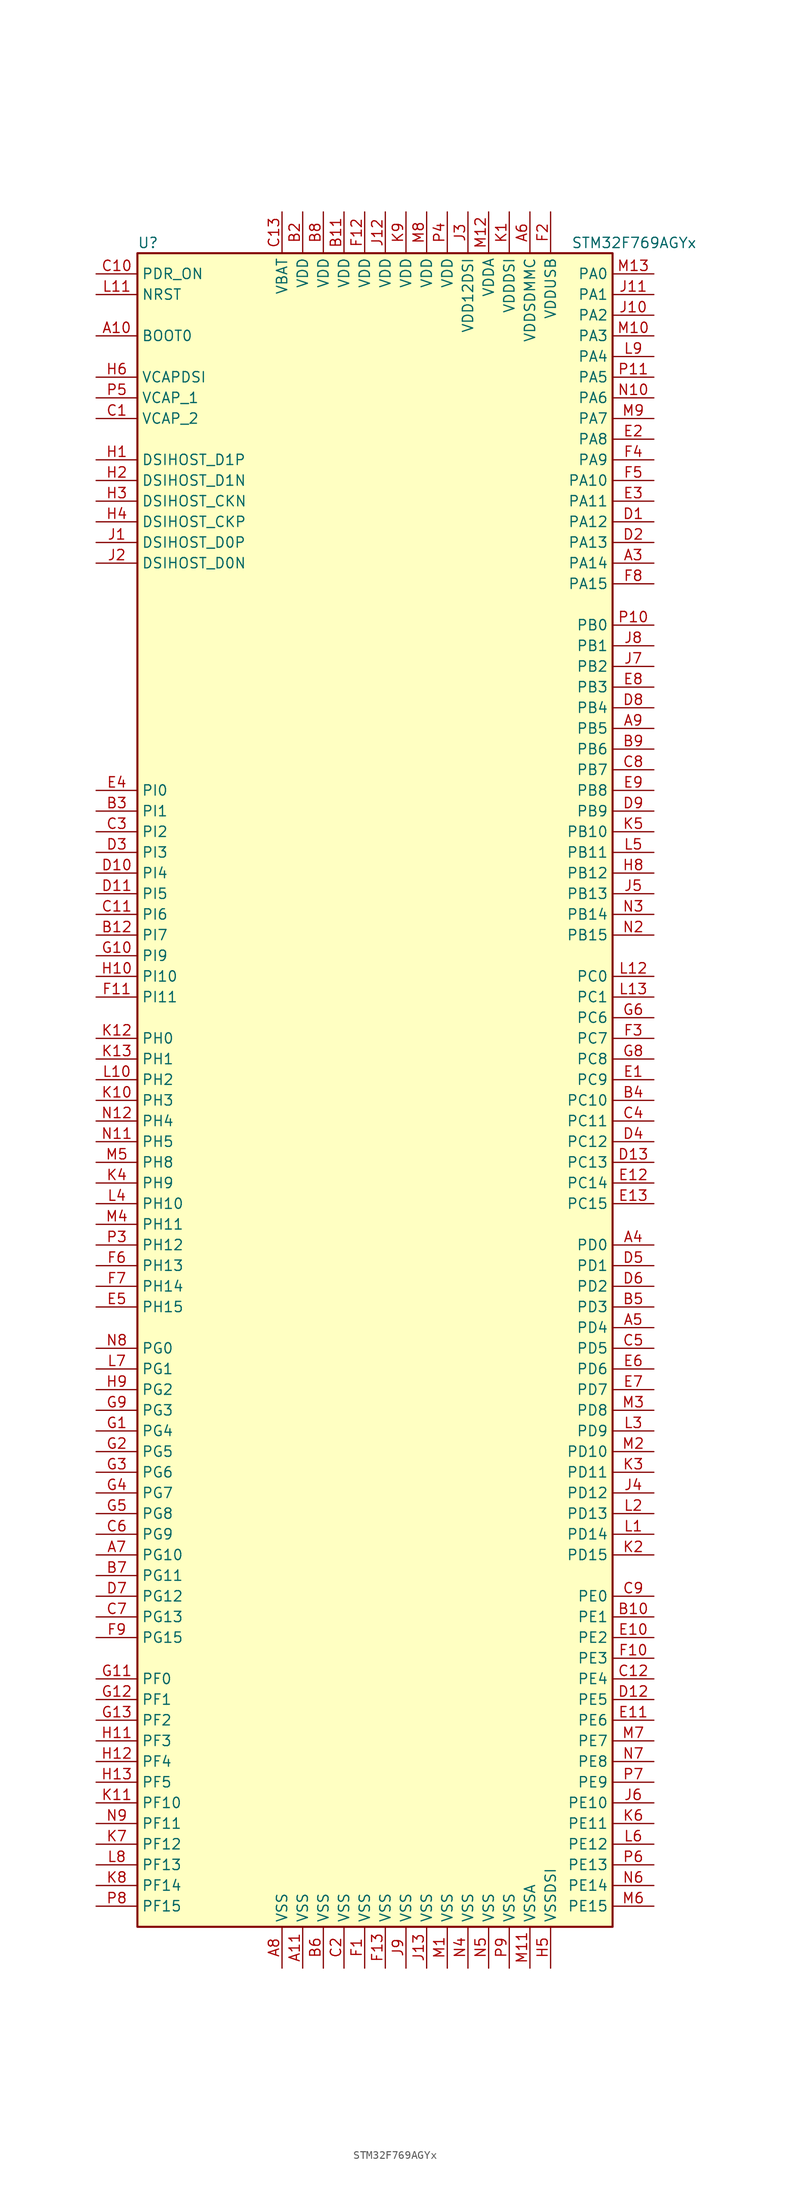
<source format=kicad_sym>
(kicad_symbol_lib
  (version 20220914)
  (generator kicad_symbol_editor)
  (symbol "STM32F769AGYx"
    (property "Reference" "U"
      (at -30.48 102.87 0)
      (effects (font (size 1.27 1.27)) (justify left)))
    (property "Value" "STM32F769AGYx"
      (at 22.86 102.87 0)
      (effects (font (size 1.27 1.27)) (justify left)))
    (symbol "STM32F769AGYx_0_1"
      (rectangle (start -30.48 -104.14) (end 27.94 101.6) (stroke (width 0.254) (type default)) (fill (type background))))
    (symbol "STM32F769AGYx_1_1"
      (pin no_connect line (at -30.48 -101.6 0) (length 5.08) hide (name "NC" (effects (font (size 1.27 1.27)))) (number "A1" (effects (font (size 1.27 1.27)))))
      (pin input line (at -35.56 91.44 0) (length 5.08) (name "BOOT0" (effects (font (size 1.27 1.27)))) (number "A10" (effects (font (size 1.27 1.27)))))
      (pin power_in line (at -10.16 -109.22 90) (length 5.08) (name "VSS" (effects (font (size 1.27 1.27)))) (number "A11" (effects (font (size 1.27 1.27)))))
      (pin no_connect line (at -30.48 -96.52 0) (length 5.08) hide (name "NC" (effects (font (size 1.27 1.27)))) (number "A12" (effects (font (size 1.27 1.27)))))
      (pin no_connect line (at -30.48 -93.98 0) (length 5.08) hide (name "NC" (effects (font (size 1.27 1.27)))) (number "A13" (effects (font (size 1.27 1.27)))))
      (pin no_connect line (at -30.48 -99.06 0) (length 5.08) hide (name "NC" (effects (font (size 1.27 1.27)))) (number "A2" (effects (font (size 1.27 1.27)))))
      (pin bidirectional line (at 33.02 63.5 180) (length 5.08) (name "PA14" (effects (font (size 1.27 1.27)))) (number "A3" (effects (font (size 1.27 1.27)))))
      (pin bidirectional line (at 33.02 -20.32 180) (length 5.08) (name "PD0" (effects (font (size 1.27 1.27)))) (number "A4" (effects (font (size 1.27 1.27)))))
      (pin bidirectional line (at 33.02 -30.48 180) (length 5.08) (name "PD4" (effects (font (size 1.27 1.27)))) (number "A5" (effects (font (size 1.27 1.27)))))
      (pin power_in line (at 17.78 106.68 270) (length 5.08) (name "VDDSDMMC" (effects (font (size 1.27 1.27)))) (number "A6" (effects (font (size 1.27 1.27)))))
      (pin bidirectional line (at -35.56 -58.42 0) (length 5.08) (name "PG10" (effects (font (size 1.27 1.27)))) (number "A7" (effects (font (size 1.27 1.27)))))
      (pin power_in line (at -12.7 -109.22 90) (length 5.08) (name "VSS" (effects (font (size 1.27 1.27)))) (number "A8" (effects (font (size 1.27 1.27)))))
      (pin bidirectional line (at 33.02 43.18 180) (length 5.08) (name "PB5" (effects (font (size 1.27 1.27)))) (number "A9" (effects (font (size 1.27 1.27)))))
      (pin no_connect line (at -30.48 -91.44 0) (length 5.08) hide (name "NC" (effects (font (size 1.27 1.27)))) (number "B1" (effects (font (size 1.27 1.27)))))
      (pin bidirectional line (at 33.02 -66.04 180) (length 5.08) (name "PE1" (effects (font (size 1.27 1.27)))) (number "B10" (effects (font (size 1.27 1.27)))))
      (pin power_in line (at -5.08 106.68 270) (length 5.08) (name "VDD" (effects (font (size 1.27 1.27)))) (number "B11" (effects (font (size 1.27 1.27)))))
      (pin bidirectional line (at -35.56 17.78 0) (length 5.08) (name "PI7" (effects (font (size 1.27 1.27)))) (number "B12" (effects (font (size 1.27 1.27)))))
      (pin no_connect line (at -30.48 -88.9 0) (length 5.08) hide (name "NC" (effects (font (size 1.27 1.27)))) (number "B13" (effects (font (size 1.27 1.27)))))
      (pin power_in line (at -10.16 106.68 270) (length 5.08) (name "VDD" (effects (font (size 1.27 1.27)))) (number "B2" (effects (font (size 1.27 1.27)))))
      (pin bidirectional line (at -35.56 33.02 0) (length 5.08) (name "PI1" (effects (font (size 1.27 1.27)))) (number "B3" (effects (font (size 1.27 1.27)))))
      (pin bidirectional line (at 33.02 -2.54 180) (length 5.08) (name "PC10" (effects (font (size 1.27 1.27)))) (number "B4" (effects (font (size 1.27 1.27)))))
      (pin bidirectional line (at 33.02 -27.94 180) (length 5.08) (name "PD3" (effects (font (size 1.27 1.27)))) (number "B5" (effects (font (size 1.27 1.27)))))
      (pin power_in line (at -7.62 -109.22 90) (length 5.08) (name "VSS" (effects (font (size 1.27 1.27)))) (number "B6" (effects (font (size 1.27 1.27)))))
      (pin bidirectional line (at -35.56 -60.96 0) (length 5.08) (name "PG11" (effects (font (size 1.27 1.27)))) (number "B7" (effects (font (size 1.27 1.27)))))
      (pin power_in line (at -7.62 106.68 270) (length 5.08) (name "VDD" (effects (font (size 1.27 1.27)))) (number "B8" (effects (font (size 1.27 1.27)))))
      (pin bidirectional line (at 33.02 40.64 180) (length 5.08) (name "PB6" (effects (font (size 1.27 1.27)))) (number "B9" (effects (font (size 1.27 1.27)))))
      (pin power_in line (at -35.56 81.28 0) (length 5.08) (name "VCAP_2" (effects (font (size 1.27 1.27)))) (number "C1" (effects (font (size 1.27 1.27)))))
      (pin input line (at -35.56 99.06 0) (length 5.08) (name "PDR_ON" (effects (font (size 1.27 1.27)))) (number "C10" (effects (font (size 1.27 1.27)))))
      (pin bidirectional line (at -35.56 20.32 0) (length 5.08) (name "PI6" (effects (font (size 1.27 1.27)))) (number "C11" (effects (font (size 1.27 1.27)))))
      (pin bidirectional line (at 33.02 -73.66 180) (length 5.08) (name "PE4" (effects (font (size 1.27 1.27)))) (number "C12" (effects (font (size 1.27 1.27)))))
      (pin power_in line (at -12.7 106.68 270) (length 5.08) (name "VBAT" (effects (font (size 1.27 1.27)))) (number "C13" (effects (font (size 1.27 1.27)))))
      (pin power_in line (at -5.08 -109.22 90) (length 5.08) (name "VSS" (effects (font (size 1.27 1.27)))) (number "C2" (effects (font (size 1.27 1.27)))))
      (pin bidirectional line (at -35.56 30.48 0) (length 5.08) (name "PI2" (effects (font (size 1.27 1.27)))) (number "C3" (effects (font (size 1.27 1.27)))))
      (pin bidirectional line (at 33.02 -5.08 180) (length 5.08) (name "PC11" (effects (font (size 1.27 1.27)))) (number "C4" (effects (font (size 1.27 1.27)))))
      (pin bidirectional line (at 33.02 -33.02 180) (length 5.08) (name "PD5" (effects (font (size 1.27 1.27)))) (number "C5" (effects (font (size 1.27 1.27)))))
      (pin bidirectional line (at -35.56 -55.88 0) (length 5.08) (name "PG9" (effects (font (size 1.27 1.27)))) (number "C6" (effects (font (size 1.27 1.27)))))
      (pin bidirectional line (at -35.56 -66.04 0) (length 5.08) (name "PG13" (effects (font (size 1.27 1.27)))) (number "C7" (effects (font (size 1.27 1.27)))))
      (pin bidirectional line (at 33.02 38.1 180) (length 5.08) (name "PB7" (effects (font (size 1.27 1.27)))) (number "C8" (effects (font (size 1.27 1.27)))))
      (pin bidirectional line (at 33.02 -63.5 180) (length 5.08) (name "PE0" (effects (font (size 1.27 1.27)))) (number "C9" (effects (font (size 1.27 1.27)))))
      (pin bidirectional line (at 33.02 68.58 180) (length 5.08) (name "PA12" (effects (font (size 1.27 1.27)))) (number "D1" (effects (font (size 1.27 1.27)))))
      (pin bidirectional line (at -35.56 25.4 0) (length 5.08) (name "PI4" (effects (font (size 1.27 1.27)))) (number "D10" (effects (font (size 1.27 1.27)))))
      (pin bidirectional line (at -35.56 22.86 0) (length 5.08) (name "PI5" (effects (font (size 1.27 1.27)))) (number "D11" (effects (font (size 1.27 1.27)))))
      (pin bidirectional line (at 33.02 -76.2 180) (length 5.08) (name "PE5" (effects (font (size 1.27 1.27)))) (number "D12" (effects (font (size 1.27 1.27)))))
      (pin bidirectional line (at 33.02 -10.16 180) (length 5.08) (name "PC13" (effects (font (size 1.27 1.27)))) (number "D13" (effects (font (size 1.27 1.27)))))
      (pin bidirectional line (at 33.02 66.04 180) (length 5.08) (name "PA13" (effects (font (size 1.27 1.27)))) (number "D2" (effects (font (size 1.27 1.27)))))
      (pin bidirectional line (at -35.56 27.94 0) (length 5.08) (name "PI3" (effects (font (size 1.27 1.27)))) (number "D3" (effects (font (size 1.27 1.27)))))
      (pin bidirectional line (at 33.02 -7.62 180) (length 5.08) (name "PC12" (effects (font (size 1.27 1.27)))) (number "D4" (effects (font (size 1.27 1.27)))))
      (pin bidirectional line (at 33.02 -22.86 180) (length 5.08) (name "PD1" (effects (font (size 1.27 1.27)))) (number "D5" (effects (font (size 1.27 1.27)))))
      (pin bidirectional line (at 33.02 -25.4 180) (length 5.08) (name "PD2" (effects (font (size 1.27 1.27)))) (number "D6" (effects (font (size 1.27 1.27)))))
      (pin bidirectional line (at -35.56 -63.5 0) (length 5.08) (name "PG12" (effects (font (size 1.27 1.27)))) (number "D7" (effects (font (size 1.27 1.27)))))
      (pin bidirectional line (at 33.02 45.72 180) (length 5.08) (name "PB4" (effects (font (size 1.27 1.27)))) (number "D8" (effects (font (size 1.27 1.27)))))
      (pin bidirectional line (at 33.02 33.02 180) (length 5.08) (name "PB9" (effects (font (size 1.27 1.27)))) (number "D9" (effects (font (size 1.27 1.27)))))
      (pin bidirectional line (at 33.02 0 180) (length 5.08) (name "PC9" (effects (font (size 1.27 1.27)))) (number "E1" (effects (font (size 1.27 1.27)))))
      (pin bidirectional line (at 33.02 -68.58 180) (length 5.08) (name "PE2" (effects (font (size 1.27 1.27)))) (number "E10" (effects (font (size 1.27 1.27)))))
      (pin bidirectional line (at 33.02 -78.74 180) (length 5.08) (name "PE6" (effects (font (size 1.27 1.27)))) (number "E11" (effects (font (size 1.27 1.27)))))
      (pin bidirectional line (at 33.02 -12.7 180) (length 5.08) (name "PC14" (effects (font (size 1.27 1.27)))) (number "E12" (effects (font (size 1.27 1.27)))))
      (pin bidirectional line (at 33.02 -15.24 180) (length 5.08) (name "PC15" (effects (font (size 1.27 1.27)))) (number "E13" (effects (font (size 1.27 1.27)))))
      (pin bidirectional line (at 33.02 78.74 180) (length 5.08) (name "PA8" (effects (font (size 1.27 1.27)))) (number "E2" (effects (font (size 1.27 1.27)))))
      (pin bidirectional line (at 33.02 71.12 180) (length 5.08) (name "PA11" (effects (font (size 1.27 1.27)))) (number "E3" (effects (font (size 1.27 1.27)))))
      (pin bidirectional line (at -35.56 35.56 0) (length 5.08) (name "PI0" (effects (font (size 1.27 1.27)))) (number "E4" (effects (font (size 1.27 1.27)))))
      (pin bidirectional line (at -35.56 -27.94 0) (length 5.08) (name "PH15" (effects (font (size 1.27 1.27)))) (number "E5" (effects (font (size 1.27 1.27)))))
      (pin bidirectional line (at 33.02 -35.56 180) (length 5.08) (name "PD6" (effects (font (size 1.27 1.27)))) (number "E6" (effects (font (size 1.27 1.27)))))
      (pin bidirectional line (at 33.02 -38.1 180) (length 5.08) (name "PD7" (effects (font (size 1.27 1.27)))) (number "E7" (effects (font (size 1.27 1.27)))))
      (pin bidirectional line (at 33.02 48.26 180) (length 5.08) (name "PB3" (effects (font (size 1.27 1.27)))) (number "E8" (effects (font (size 1.27 1.27)))))
      (pin bidirectional line (at 33.02 35.56 180) (length 5.08) (name "PB8" (effects (font (size 1.27 1.27)))) (number "E9" (effects (font (size 1.27 1.27)))))
      (pin power_in line (at -2.54 -109.22 90) (length 5.08) (name "VSS" (effects (font (size 1.27 1.27)))) (number "F1" (effects (font (size 1.27 1.27)))))
      (pin bidirectional line (at 33.02 -71.12 180) (length 5.08) (name "PE3" (effects (font (size 1.27 1.27)))) (number "F10" (effects (font (size 1.27 1.27)))))
      (pin bidirectional line (at -35.56 10.16 0) (length 5.08) (name "PI11" (effects (font (size 1.27 1.27)))) (number "F11" (effects (font (size 1.27 1.27)))))
      (pin power_in line (at -2.54 106.68 270) (length 5.08) (name "VDD" (effects (font (size 1.27 1.27)))) (number "F12" (effects (font (size 1.27 1.27)))))
      (pin power_in line (at 0 -109.22 90) (length 5.08) (name "VSS" (effects (font (size 1.27 1.27)))) (number "F13" (effects (font (size 1.27 1.27)))))
      (pin power_in line (at 20.32 106.68 270) (length 5.08) (name "VDDUSB" (effects (font (size 1.27 1.27)))) (number "F2" (effects (font (size 1.27 1.27)))))
      (pin bidirectional line (at 33.02 5.08 180) (length 5.08) (name "PC7" (effects (font (size 1.27 1.27)))) (number "F3" (effects (font (size 1.27 1.27)))))
      (pin bidirectional line (at 33.02 76.2 180) (length 5.08) (name "PA9" (effects (font (size 1.27 1.27)))) (number "F4" (effects (font (size 1.27 1.27)))))
      (pin bidirectional line (at 33.02 73.66 180) (length 5.08) (name "PA10" (effects (font (size 1.27 1.27)))) (number "F5" (effects (font (size 1.27 1.27)))))
      (pin bidirectional line (at -35.56 -22.86 0) (length 5.08) (name "PH13" (effects (font (size 1.27 1.27)))) (number "F6" (effects (font (size 1.27 1.27)))))
      (pin bidirectional line (at -35.56 -25.4 0) (length 5.08) (name "PH14" (effects (font (size 1.27 1.27)))) (number "F7" (effects (font (size 1.27 1.27)))))
      (pin bidirectional line (at 33.02 60.96 180) (length 5.08) (name "PA15" (effects (font (size 1.27 1.27)))) (number "F8" (effects (font (size 1.27 1.27)))))
      (pin bidirectional line (at -35.56 -68.58 0) (length 5.08) (name "PG15" (effects (font (size 1.27 1.27)))) (number "F9" (effects (font (size 1.27 1.27)))))
      (pin bidirectional line (at -35.56 -43.18 0) (length 5.08) (name "PG4" (effects (font (size 1.27 1.27)))) (number "G1" (effects (font (size 1.27 1.27)))))
      (pin bidirectional line (at -35.56 15.24 0) (length 5.08) (name "PI9" (effects (font (size 1.27 1.27)))) (number "G10" (effects (font (size 1.27 1.27)))))
      (pin bidirectional line (at -35.56 -73.66 0) (length 5.08) (name "PF0" (effects (font (size 1.27 1.27)))) (number "G11" (effects (font (size 1.27 1.27)))))
      (pin bidirectional line (at -35.56 -76.2 0) (length 5.08) (name "PF1" (effects (font (size 1.27 1.27)))) (number "G12" (effects (font (size 1.27 1.27)))))
      (pin bidirectional line (at -35.56 -78.74 0) (length 5.08) (name "PF2" (effects (font (size 1.27 1.27)))) (number "G13" (effects (font (size 1.27 1.27)))))
      (pin bidirectional line (at -35.56 -45.72 0) (length 5.08) (name "PG5" (effects (font (size 1.27 1.27)))) (number "G2" (effects (font (size 1.27 1.27)))))
      (pin bidirectional line (at -35.56 -48.26 0) (length 5.08) (name "PG6" (effects (font (size 1.27 1.27)))) (number "G3" (effects (font (size 1.27 1.27)))))
      (pin bidirectional line (at -35.56 -50.8 0) (length 5.08) (name "PG7" (effects (font (size 1.27 1.27)))) (number "G4" (effects (font (size 1.27 1.27)))))
      (pin bidirectional line (at -35.56 -53.34 0) (length 5.08) (name "PG8" (effects (font (size 1.27 1.27)))) (number "G5" (effects (font (size 1.27 1.27)))))
      (pin bidirectional line (at 33.02 7.62 180) (length 5.08) (name "PC6" (effects (font (size 1.27 1.27)))) (number "G6" (effects (font (size 1.27 1.27)))))
      (pin bidirectional line (at 33.02 2.54 180) (length 5.08) (name "PC8" (effects (font (size 1.27 1.27)))) (number "G8" (effects (font (size 1.27 1.27)))))
      (pin bidirectional line (at -35.56 -40.64 0) (length 5.08) (name "PG3" (effects (font (size 1.27 1.27)))) (number "G9" (effects (font (size 1.27 1.27)))))
      (pin bidirectional line (at -35.56 76.2 0) (length 5.08) (name "DSIHOST_D1P" (effects (font (size 1.27 1.27)))) (number "H1" (effects (font (size 1.27 1.27)))))
      (pin bidirectional line (at -35.56 12.7 0) (length 5.08) (name "PI10" (effects (font (size 1.27 1.27)))) (number "H10" (effects (font (size 1.27 1.27)))))
      (pin bidirectional line (at -35.56 -81.28 0) (length 5.08) (name "PF3" (effects (font (size 1.27 1.27)))) (number "H11" (effects (font (size 1.27 1.27)))))
      (pin bidirectional line (at -35.56 -83.82 0) (length 5.08) (name "PF4" (effects (font (size 1.27 1.27)))) (number "H12" (effects (font (size 1.27 1.27)))))
      (pin bidirectional line (at -35.56 -86.36 0) (length 5.08) (name "PF5" (effects (font (size 1.27 1.27)))) (number "H13" (effects (font (size 1.27 1.27)))))
      (pin bidirectional line (at -35.56 73.66 0) (length 5.08) (name "DSIHOST_D1N" (effects (font (size 1.27 1.27)))) (number "H2" (effects (font (size 1.27 1.27)))))
      (pin bidirectional line (at -35.56 71.12 0) (length 5.08) (name "DSIHOST_CKN" (effects (font (size 1.27 1.27)))) (number "H3" (effects (font (size 1.27 1.27)))))
      (pin bidirectional line (at -35.56 68.58 0) (length 5.08) (name "DSIHOST_CKP" (effects (font (size 1.27 1.27)))) (number "H4" (effects (font (size 1.27 1.27)))))
      (pin power_in line (at 20.32 -109.22 90) (length 5.08) (name "VSSDSI" (effects (font (size 1.27 1.27)))) (number "H5" (effects (font (size 1.27 1.27)))))
      (pin power_in line (at -35.56 86.36 0) (length 5.08) (name "VCAPDSI" (effects (font (size 1.27 1.27)))) (number "H6" (effects (font (size 1.27 1.27)))))
      (pin bidirectional line (at 33.02 25.4 180) (length 5.08) (name "PB12" (effects (font (size 1.27 1.27)))) (number "H8" (effects (font (size 1.27 1.27)))))
      (pin bidirectional line (at -35.56 -38.1 0) (length 5.08) (name "PG2" (effects (font (size 1.27 1.27)))) (number "H9" (effects (font (size 1.27 1.27)))))
      (pin bidirectional line (at -35.56 66.04 0) (length 5.08) (name "DSIHOST_D0P" (effects (font (size 1.27 1.27)))) (number "J1" (effects (font (size 1.27 1.27)))))
      (pin bidirectional line (at 33.02 93.98 180) (length 5.08) (name "PA2" (effects (font (size 1.27 1.27)))) (number "J10" (effects (font (size 1.27 1.27)))))
      (pin bidirectional line (at 33.02 96.52 180) (length 5.08) (name "PA1" (effects (font (size 1.27 1.27)))) (number "J11" (effects (font (size 1.27 1.27)))))
      (pin power_in line (at 0 106.68 270) (length 5.08) (name "VDD" (effects (font (size 1.27 1.27)))) (number "J12" (effects (font (size 1.27 1.27)))))
      (pin power_in line (at 5.08 -109.22 90) (length 5.08) (name "VSS" (effects (font (size 1.27 1.27)))) (number "J13" (effects (font (size 1.27 1.27)))))
      (pin bidirectional line (at -35.56 63.5 0) (length 5.08) (name "DSIHOST_D0N" (effects (font (size 1.27 1.27)))) (number "J2" (effects (font (size 1.27 1.27)))))
      (pin power_in line (at 10.16 106.68 270) (length 5.08) (name "VDD12DSI" (effects (font (size 1.27 1.27)))) (number "J3" (effects (font (size 1.27 1.27)))))
      (pin bidirectional line (at 33.02 -50.8 180) (length 5.08) (name "PD12" (effects (font (size 1.27 1.27)))) (number "J4" (effects (font (size 1.27 1.27)))))
      (pin bidirectional line (at 33.02 22.86 180) (length 5.08) (name "PB13" (effects (font (size 1.27 1.27)))) (number "J5" (effects (font (size 1.27 1.27)))))
      (pin bidirectional line (at 33.02 -88.9 180) (length 5.08) (name "PE10" (effects (font (size 1.27 1.27)))) (number "J6" (effects (font (size 1.27 1.27)))))
      (pin bidirectional line (at 33.02 50.8 180) (length 5.08) (name "PB2" (effects (font (size 1.27 1.27)))) (number "J7" (effects (font (size 1.27 1.27)))))
      (pin bidirectional line (at 33.02 53.34 180) (length 5.08) (name "PB1" (effects (font (size 1.27 1.27)))) (number "J8" (effects (font (size 1.27 1.27)))))
      (pin power_in line (at 2.54 -109.22 90) (length 5.08) (name "VSS" (effects (font (size 1.27 1.27)))) (number "J9" (effects (font (size 1.27 1.27)))))
      (pin power_in line (at 15.24 106.68 270) (length 5.08) (name "VDDDSI" (effects (font (size 1.27 1.27)))) (number "K1" (effects (font (size 1.27 1.27)))))
      (pin bidirectional line (at -35.56 -2.54 0) (length 5.08) (name "PH3" (effects (font (size 1.27 1.27)))) (number "K10" (effects (font (size 1.27 1.27)))))
      (pin bidirectional line (at -35.56 -88.9 0) (length 5.08) (name "PF10" (effects (font (size 1.27 1.27)))) (number "K11" (effects (font (size 1.27 1.27)))))
      (pin input line (at -35.56 5.08 0) (length 5.08) (name "PH0" (effects (font (size 1.27 1.27)))) (number "K12" (effects (font (size 1.27 1.27)))))
      (pin input line (at -35.56 2.54 0) (length 5.08) (name "PH1" (effects (font (size 1.27 1.27)))) (number "K13" (effects (font (size 1.27 1.27)))))
      (pin bidirectional line (at 33.02 -58.42 180) (length 5.08) (name "PD15" (effects (font (size 1.27 1.27)))) (number "K2" (effects (font (size 1.27 1.27)))))
      (pin bidirectional line (at 33.02 -48.26 180) (length 5.08) (name "PD11" (effects (font (size 1.27 1.27)))) (number "K3" (effects (font (size 1.27 1.27)))))
      (pin bidirectional line (at -35.56 -12.7 0) (length 5.08) (name "PH9" (effects (font (size 1.27 1.27)))) (number "K4" (effects (font (size 1.27 1.27)))))
      (pin bidirectional line (at 33.02 30.48 180) (length 5.08) (name "PB10" (effects (font (size 1.27 1.27)))) (number "K5" (effects (font (size 1.27 1.27)))))
      (pin bidirectional line (at 33.02 -91.44 180) (length 5.08) (name "PE11" (effects (font (size 1.27 1.27)))) (number "K6" (effects (font (size 1.27 1.27)))))
      (pin bidirectional line (at -35.56 -93.98 0) (length 5.08) (name "PF12" (effects (font (size 1.27 1.27)))) (number "K7" (effects (font (size 1.27 1.27)))))
      (pin bidirectional line (at -35.56 -99.06 0) (length 5.08) (name "PF14" (effects (font (size 1.27 1.27)))) (number "K8" (effects (font (size 1.27 1.27)))))
      (pin power_in line (at 2.54 106.68 270) (length 5.08) (name "VDD" (effects (font (size 1.27 1.27)))) (number "K9" (effects (font (size 1.27 1.27)))))
      (pin bidirectional line (at 33.02 -55.88 180) (length 5.08) (name "PD14" (effects (font (size 1.27 1.27)))) (number "L1" (effects (font (size 1.27 1.27)))))
      (pin bidirectional line (at -35.56 0 0) (length 5.08) (name "PH2" (effects (font (size 1.27 1.27)))) (number "L10" (effects (font (size 1.27 1.27)))))
      (pin input line (at -35.56 96.52 0) (length 5.08) (name "NRST" (effects (font (size 1.27 1.27)))) (number "L11" (effects (font (size 1.27 1.27)))))
      (pin bidirectional line (at 33.02 12.7 180) (length 5.08) (name "PC0" (effects (font (size 1.27 1.27)))) (number "L12" (effects (font (size 1.27 1.27)))))
      (pin bidirectional line (at 33.02 10.16 180) (length 5.08) (name "PC1" (effects (font (size 1.27 1.27)))) (number "L13" (effects (font (size 1.27 1.27)))))
      (pin bidirectional line (at 33.02 -53.34 180) (length 5.08) (name "PD13" (effects (font (size 1.27 1.27)))) (number "L2" (effects (font (size 1.27 1.27)))))
      (pin bidirectional line (at 33.02 -43.18 180) (length 5.08) (name "PD9" (effects (font (size 1.27 1.27)))) (number "L3" (effects (font (size 1.27 1.27)))))
      (pin bidirectional line (at -35.56 -15.24 0) (length 5.08) (name "PH10" (effects (font (size 1.27 1.27)))) (number "L4" (effects (font (size 1.27 1.27)))))
      (pin bidirectional line (at 33.02 27.94 180) (length 5.08) (name "PB11" (effects (font (size 1.27 1.27)))) (number "L5" (effects (font (size 1.27 1.27)))))
      (pin bidirectional line (at 33.02 -93.98 180) (length 5.08) (name "PE12" (effects (font (size 1.27 1.27)))) (number "L6" (effects (font (size 1.27 1.27)))))
      (pin bidirectional line (at -35.56 -35.56 0) (length 5.08) (name "PG1" (effects (font (size 1.27 1.27)))) (number "L7" (effects (font (size 1.27 1.27)))))
      (pin bidirectional line (at -35.56 -96.52 0) (length 5.08) (name "PF13" (effects (font (size 1.27 1.27)))) (number "L8" (effects (font (size 1.27 1.27)))))
      (pin bidirectional line (at 33.02 88.9 180) (length 5.08) (name "PA4" (effects (font (size 1.27 1.27)))) (number "L9" (effects (font (size 1.27 1.27)))))
      (pin power_in line (at 7.62 -109.22 90) (length 5.08) (name "VSS" (effects (font (size 1.27 1.27)))) (number "M1" (effects (font (size 1.27 1.27)))))
      (pin bidirectional line (at 33.02 91.44 180) (length 5.08) (name "PA3" (effects (font (size 1.27 1.27)))) (number "M10" (effects (font (size 1.27 1.27)))))
      (pin power_in line (at 17.78 -109.22 90) (length 5.08) (name "VSSA" (effects (font (size 1.27 1.27)))) (number "M11" (effects (font (size 1.27 1.27)))))
      (pin power_in line (at 12.7 106.68 270) (length 5.08) (name "VDDA" (effects (font (size 1.27 1.27)))) (number "M12" (effects (font (size 1.27 1.27)))))
      (pin bidirectional line (at 33.02 99.06 180) (length 5.08) (name "PA0" (effects (font (size 1.27 1.27)))) (number "M13" (effects (font (size 1.27 1.27)))))
      (pin bidirectional line (at 33.02 -45.72 180) (length 5.08) (name "PD10" (effects (font (size 1.27 1.27)))) (number "M2" (effects (font (size 1.27 1.27)))))
      (pin bidirectional line (at 33.02 -40.64 180) (length 5.08) (name "PD8" (effects (font (size 1.27 1.27)))) (number "M3" (effects (font (size 1.27 1.27)))))
      (pin bidirectional line (at -35.56 -17.78 0) (length 5.08) (name "PH11" (effects (font (size 1.27 1.27)))) (number "M4" (effects (font (size 1.27 1.27)))))
      (pin bidirectional line (at -35.56 -10.16 0) (length 5.08) (name "PH8" (effects (font (size 1.27 1.27)))) (number "M5" (effects (font (size 1.27 1.27)))))
      (pin bidirectional line (at 33.02 -101.6 180) (length 5.08) (name "PE15" (effects (font (size 1.27 1.27)))) (number "M6" (effects (font (size 1.27 1.27)))))
      (pin bidirectional line (at 33.02 -81.28 180) (length 5.08) (name "PE7" (effects (font (size 1.27 1.27)))) (number "M7" (effects (font (size 1.27 1.27)))))
      (pin power_in line (at 5.08 106.68 270) (length 5.08) (name "VDD" (effects (font (size 1.27 1.27)))) (number "M8" (effects (font (size 1.27 1.27)))))
      (pin bidirectional line (at 33.02 81.28 180) (length 5.08) (name "PA7" (effects (font (size 1.27 1.27)))) (number "M9" (effects (font (size 1.27 1.27)))))
      (pin no_connect line (at -30.48 -86.36 0) (length 5.08) hide (name "NC" (effects (font (size 1.27 1.27)))) (number "N1" (effects (font (size 1.27 1.27)))))
      (pin bidirectional line (at 33.02 83.82 180) (length 5.08) (name "PA6" (effects (font (size 1.27 1.27)))) (number "N10" (effects (font (size 1.27 1.27)))))
      (pin bidirectional line (at -35.56 -7.62 0) (length 5.08) (name "PH5" (effects (font (size 1.27 1.27)))) (number "N11" (effects (font (size 1.27 1.27)))))
      (pin bidirectional line (at -35.56 -5.08 0) (length 5.08) (name "PH4" (effects (font (size 1.27 1.27)))) (number "N12" (effects (font (size 1.27 1.27)))))
      (pin no_connect line (at -30.48 -83.82 0) (length 5.08) hide (name "NC" (effects (font (size 1.27 1.27)))) (number "N13" (effects (font (size 1.27 1.27)))))
      (pin bidirectional line (at 33.02 17.78 180) (length 5.08) (name "PB15" (effects (font (size 1.27 1.27)))) (number "N2" (effects (font (size 1.27 1.27)))))
      (pin bidirectional line (at 33.02 20.32 180) (length 5.08) (name "PB14" (effects (font (size 1.27 1.27)))) (number "N3" (effects (font (size 1.27 1.27)))))
      (pin power_in line (at 10.16 -109.22 90) (length 5.08) (name "VSS" (effects (font (size 1.27 1.27)))) (number "N4" (effects (font (size 1.27 1.27)))))
      (pin power_in line (at 12.7 -109.22 90) (length 5.08) (name "VSS" (effects (font (size 1.27 1.27)))) (number "N5" (effects (font (size 1.27 1.27)))))
      (pin bidirectional line (at 33.02 -99.06 180) (length 5.08) (name "PE14" (effects (font (size 1.27 1.27)))) (number "N6" (effects (font (size 1.27 1.27)))))
      (pin bidirectional line (at 33.02 -83.82 180) (length 5.08) (name "PE8" (effects (font (size 1.27 1.27)))) (number "N7" (effects (font (size 1.27 1.27)))))
      (pin bidirectional line (at -35.56 -33.02 0) (length 5.08) (name "PG0" (effects (font (size 1.27 1.27)))) (number "N8" (effects (font (size 1.27 1.27)))))
      (pin bidirectional line (at -35.56 -91.44 0) (length 5.08) (name "PF11" (effects (font (size 1.27 1.27)))) (number "N9" (effects (font (size 1.27 1.27)))))
      (pin no_connect line (at -30.48 -81.28 0) (length 5.08) hide (name "NC" (effects (font (size 1.27 1.27)))) (number "P1" (effects (font (size 1.27 1.27)))))
      (pin bidirectional line (at 33.02 55.88 180) (length 5.08) (name "PB0" (effects (font (size 1.27 1.27)))) (number "P10" (effects (font (size 1.27 1.27)))))
      (pin bidirectional line (at 33.02 86.36 180) (length 5.08) (name "PA5" (effects (font (size 1.27 1.27)))) (number "P11" (effects (font (size 1.27 1.27)))))
      (pin no_connect line (at -30.48 -76.2 0) (length 5.08) hide (name "NC" (effects (font (size 1.27 1.27)))) (number "P12" (effects (font (size 1.27 1.27)))))
      (pin no_connect line (at -30.48 -73.66 0) (length 5.08) hide (name "NC" (effects (font (size 1.27 1.27)))) (number "P13" (effects (font (size 1.27 1.27)))))
      (pin no_connect line (at -30.48 -78.74 0) (length 5.08) hide (name "NC" (effects (font (size 1.27 1.27)))) (number "P2" (effects (font (size 1.27 1.27)))))
      (pin bidirectional line (at -35.56 -20.32 0) (length 5.08) (name "PH12" (effects (font (size 1.27 1.27)))) (number "P3" (effects (font (size 1.27 1.27)))))
      (pin power_in line (at 7.62 106.68 270) (length 5.08) (name "VDD" (effects (font (size 1.27 1.27)))) (number "P4" (effects (font (size 1.27 1.27)))))
      (pin power_in line (at -35.56 83.82 0) (length 5.08) (name "VCAP_1" (effects (font (size 1.27 1.27)))) (number "P5" (effects (font (size 1.27 1.27)))))
      (pin bidirectional line (at 33.02 -96.52 180) (length 5.08) (name "PE13" (effects (font (size 1.27 1.27)))) (number "P6" (effects (font (size 1.27 1.27)))))
      (pin bidirectional line (at 33.02 -86.36 180) (length 5.08) (name "PE9" (effects (font (size 1.27 1.27)))) (number "P7" (effects (font (size 1.27 1.27)))))
      (pin bidirectional line (at -35.56 -101.6 0) (length 5.08) (name "PF15" (effects (font (size 1.27 1.27)))) (number "P8" (effects (font (size 1.27 1.27)))))
      (pin power_in line (at 15.24 -109.22 90) (length 5.08) (name "VSS" (effects (font (size 1.27 1.27)))) (number "P9" (effects (font (size 1.27 1.27))))))))
</source>
